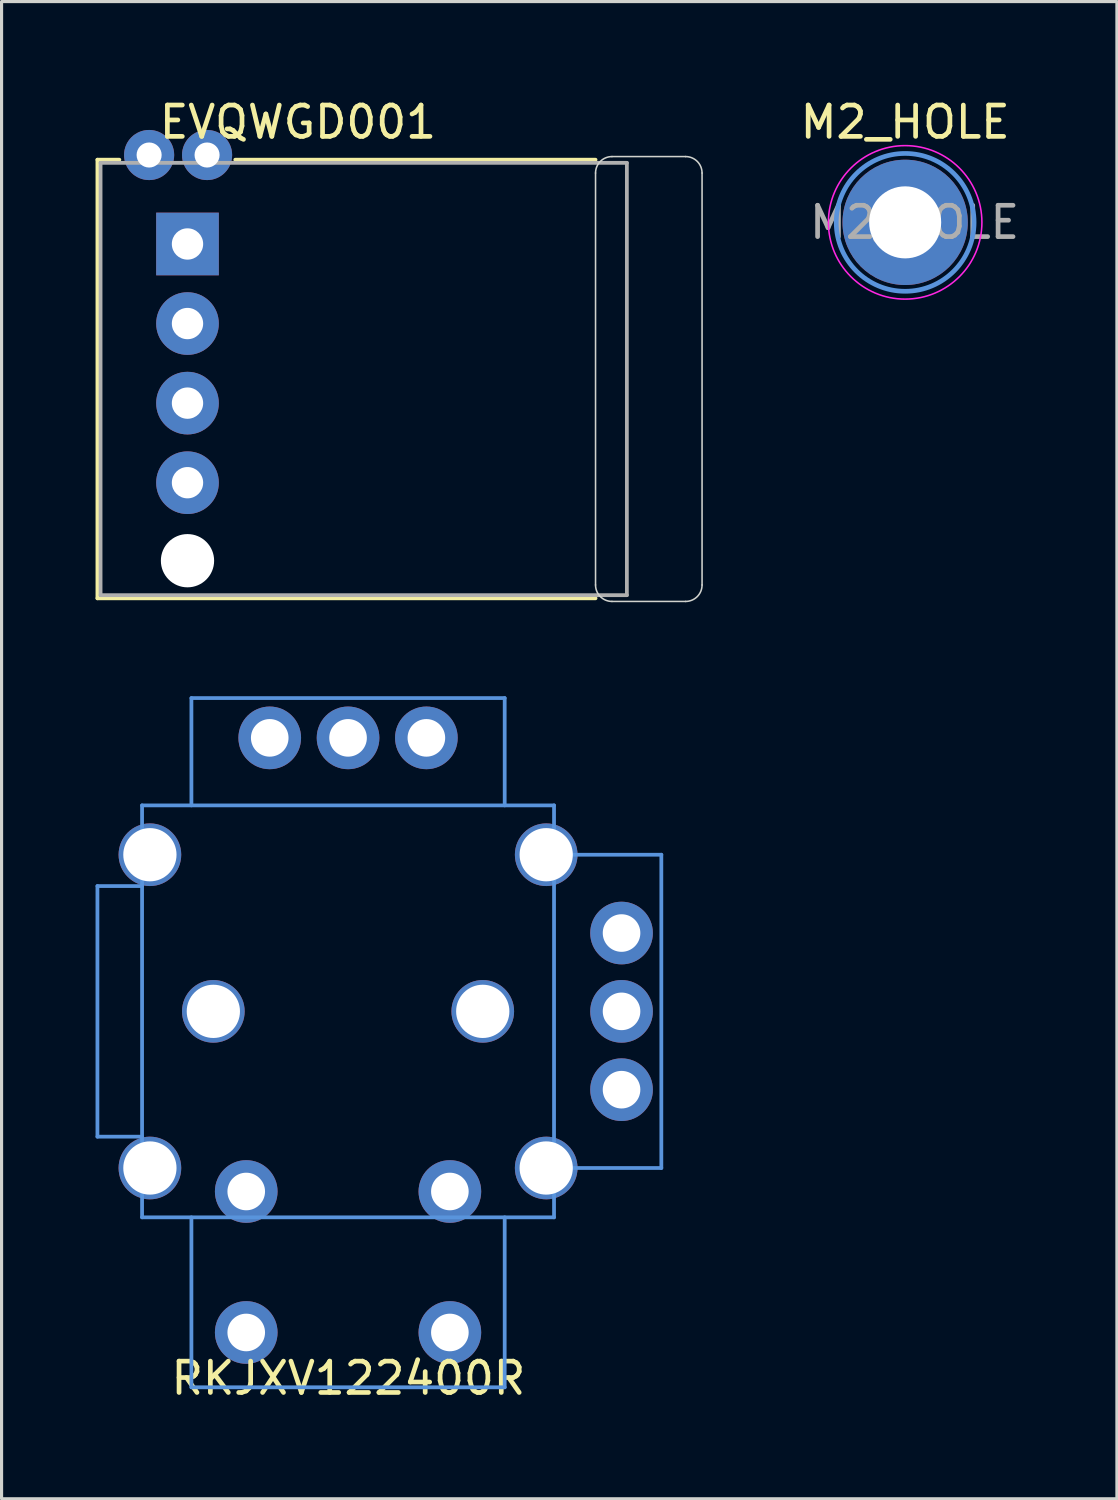
<source format=kicad_pcb>
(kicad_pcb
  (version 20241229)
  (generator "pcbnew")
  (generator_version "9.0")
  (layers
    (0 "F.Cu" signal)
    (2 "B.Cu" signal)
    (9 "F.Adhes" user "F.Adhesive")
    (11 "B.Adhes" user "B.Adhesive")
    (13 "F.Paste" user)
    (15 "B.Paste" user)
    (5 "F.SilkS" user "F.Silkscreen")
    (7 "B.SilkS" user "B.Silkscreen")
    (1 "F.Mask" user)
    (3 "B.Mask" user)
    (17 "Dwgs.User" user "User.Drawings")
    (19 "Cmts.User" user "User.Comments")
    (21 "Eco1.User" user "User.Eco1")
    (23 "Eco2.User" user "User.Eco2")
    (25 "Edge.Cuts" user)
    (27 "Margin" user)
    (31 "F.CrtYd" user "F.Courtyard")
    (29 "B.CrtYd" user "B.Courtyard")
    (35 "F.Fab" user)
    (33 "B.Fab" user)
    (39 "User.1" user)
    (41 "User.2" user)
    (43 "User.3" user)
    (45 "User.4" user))
  (footprint "EVQWGD001"
    (layer "F.Cu")
    (at 9.06 11.748)
    (property "Reference" "EVQWGD001" (at -2.6 -10.9 0) (layer "F.SilkS") (effects (font (size 1 1) (thickness 0.15))))
    (attr through_hole)
    (fp_line (start -9 -9.7) (end -8.3 -9.7) (stroke (width 0.12) (type solid)) (layer "F.SilkS"))
    (fp_line (start -9 4.3) (end -9 -9.7) (stroke (width 0.12) (type solid)) (layer "F.SilkS"))
    (fp_line (start -4.6 -9.7) (end 6.9 -9.7) (stroke (width 0.12) (type solid)) (layer "F.SilkS"))
    (fp_line (start 6.9 4.3) (end -9 4.3) (stroke (width 0.12) (type solid)) (layer "F.SilkS"))
    (fp_line (start 6.9 -9.275) (end 6.9 3.875) (stroke (width 0.05) (type solid)) (layer "Edge.Cuts"))
    (fp_line (start 7.425 4.4) (end 9.775 4.4) (stroke (width 0.05) (type solid)) (layer "Edge.Cuts"))
    (fp_line (start 9.775 -9.8) (end 7.425 -9.8) (stroke (width 0.05) (type solid)) (layer "Edge.Cuts"))
    (fp_line (start 10.3 3.875) (end 10.3 -9.275) (stroke (width 0.05) (type solid)) (layer "Edge.Cuts"))
    (fp_arc (start 6.9 -9.275) (mid 7.053769 -9.646231) (end 7.425 -9.8) (stroke (width 0.05) (type solid)) (layer "Edge.Cuts"))
    (fp_arc (start 7.425 4.4) (mid 7.053769 4.246231) (end 6.9 3.875) (stroke (width 0.05) (type solid)) (layer "Edge.Cuts"))
    (fp_arc (start 9.775 -9.8) (mid 10.146231 -9.646231) (end 10.3 -9.275) (stroke (width 0.05) (type solid)) (layer "Edge.Cuts"))
    (fp_arc (start 10.3 3.875) (mid 10.146231 4.246231) (end 9.775 4.4) (stroke (width 0.05) (type solid)) (layer "Edge.Cuts"))
    (fp_line (start -8.9 -9.6) (end 7.9 -9.6) (stroke (width 0.12) (type solid)) (layer "F.Fab"))
    (fp_line (start -8.9 4.2) (end -8.9 -9.6) (stroke (width 0.12) (type solid)) (layer "F.Fab"))
    (fp_line (start 7.9 -9.6) (end 7.9 4.2) (stroke (width 0.12) (type solid)) (layer "F.Fab"))
    (fp_line (start 7.9 4.2) (end -8.9 4.2) (stroke (width 0.12) (type solid)) (layer "F.Fab"))
    (pad "" np_thru_hole circle (at -6.125 3.1) (size 1.7 1.7) (drill 1.7) (layers "*.Cu" "*.Mask"))
    (pad "A" thru_hole rect (at -6.125 -7.01) (size 2 2) (drill 1) (layers "*.Cu" "*.Mask"))
    (pad "B" thru_hole circle (at -6.125 -4.47) (size 2 2) (drill 1) (layers "*.Cu" "*.Mask"))
    (pad "C" thru_hole circle (at -6.125 -1.93) (size 2 2) (drill 1) (layers "*.Cu" "*.Mask"))
    (pad "D" thru_hole circle (at -6.125 0.61) (size 2 2) (drill 1) (layers "*.Cu" "*.Mask"))
    (pad "SW1" thru_hole circle (at -7.35 -9.85) (size 1.6 1.6) (drill 0.8) (layers "*.Cu" "*.Mask"))
    (pad "SW2" thru_hole circle (at -5.5 -9.85) (size 1.6 1.6) (drill 0.8) (layers "*.Cu" "*.Mask")))
  (footprint "M2_HOLE"
    (layer "F.Cu")
    (at 25.843 4.048)
    (property "Reference" "M2_HOLE" (at 0 -3.2 0) (layer "F.SilkS") (effects (font (size 1 1) (thickness 0.15))))
    (attr exclude_from_pos_files exclude_from_bom)
    (fp_circle (center 0 0) (end 2.2 0) (stroke (width 0.15) (type solid)) (fill no) (layer "Cmts.User"))
    (fp_circle (center 0 0) (end 2.45 0) (stroke (width 0.05) (type solid)) (fill no) (layer "F.CrtYd"))
    (fp_text user "${REFERENCE}" (at 0.3 0 0) (layer "F.Fab") (effects (font (size 1 1) (thickness 0.15))))
    (pad "1" thru_hole circle (at 0 0) (size 4 4) (drill 2.3) (layers "*.Cu" "*.Mask")))
  (footprint "RKJXV122400R"
    (layer "F.Cu")
    (at 8.06 29.233)
    (property "Reference" "RKJXV122400R" (at 0.01 11.71 0) (layer "F.SilkS") (effects (font (size 1 1) (thickness 0.15))))
    (attr through_hole)
    (fp_line (start -8 -4) (end -8 4) (stroke (width 0.12) (type solid)) (layer "Cmts.User"))
    (fp_line (start -8 4) (end -6.575 4) (stroke (width 0.12) (type solid)) (layer "Cmts.User"))
    (fp_line (start -6.575 -6.575) (end 6.575 -6.575) (stroke (width 0.12) (type solid)) (layer "Cmts.User"))
    (fp_line (start -6.575 -4) (end -8 -4) (stroke (width 0.12) (type solid)) (layer "Cmts.User"))
    (fp_line (start -6.575 6.575) (end -6.575 -6.575) (stroke (width 0.12) (type solid)) (layer "Cmts.User"))
    (fp_line (start -5 -10) (end 5 -10) (stroke (width 0.12) (type solid)) (layer "Cmts.User"))
    (fp_line (start -5 -6.575) (end -5 -10) (stroke (width 0.12) (type solid)) (layer "Cmts.User"))
    (fp_line (start -5 6.575) (end -5 12) (stroke (width 0.12) (type solid)) (layer "Cmts.User"))
    (fp_line (start -5 12) (end 5 12) (stroke (width 0.12) (type solid)) (layer "Cmts.User"))
    (fp_line (start 5 -10) (end 5 -6.575) (stroke (width 0.12) (type solid)) (layer "Cmts.User"))
    (fp_line (start 5 12) (end 5 6.575) (stroke (width 0.12) (type solid)) (layer "Cmts.User"))
    (fp_line (start 6.575 -6.575) (end 6.575 6.575) (stroke (width 0.12) (type solid)) (layer "Cmts.User"))
    (fp_line (start 6.575 5) (end 10 5) (stroke (width 0.12) (type solid)) (layer "Cmts.User"))
    (fp_line (start 6.575 6.575) (end -6.575 6.575) (stroke (width 0.12) (type solid)) (layer "Cmts.User"))
    (fp_line (start 10 -5) (end 6.575 -5) (stroke (width 0.12) (type solid)) (layer "Cmts.User"))
    (fp_line (start 10 5) (end 10 -5) (stroke (width 0.12) (type solid)) (layer "Cmts.User"))
    (pad "" thru_hole circle (at -6.325 -5) (size 2 2) (drill 1.7) (layers "*.Cu" "*.Mask"))
    (pad "" thru_hole circle (at -6.325 5) (size 2 2) (drill 1.7) (layers "*.Cu" "*.Mask"))
    (pad "" thru_hole circle (at -4.3 0) (size 2 2) (drill 1.7) (layers "*.Cu" "*.Mask"))
    (pad "" thru_hole circle (at 4.3 0) (size 2 2) (drill 1.7) (layers "*.Cu" "*.Mask"))
    (pad "" thru_hole circle (at 6.325 -5) (size 2 2) (drill 1.7) (layers "*.Cu" "*.Mask"))
    (pad "" thru_hole circle (at 6.325 5) (size 2 2) (drill 1.7) (layers "*.Cu" "*.Mask"))
    (pad "1" thru_hole circle (at -2.5 -8.73) (size 2 2) (drill 1.2) (layers "*.Cu" "*.Mask"))
    (pad "2" thru_hole circle (at 0 -8.73) (size 2 2) (drill 1.2) (layers "*.Cu" "*.Mask"))
    (pad "3" thru_hole circle (at 2.5 -8.73) (size 2 2) (drill 1.2) (layers "*.Cu" "*.Mask"))
    (pad "4" thru_hole circle (at 8.73 2.5) (size 2 2) (drill 1.2) (layers "*.Cu" "*.Mask"))
    (pad "5" thru_hole circle (at 8.73 0) (size 2 2) (drill 1.2) (layers "*.Cu" "*.Mask"))
    (pad "6" thru_hole circle (at 8.73 -2.5) (size 2 2) (drill 1.2) (layers "*.Cu" "*.Mask"))
    (pad "A" thru_hole circle (at -3.25 5.75) (size 2 2) (drill 1.2) (layers "*.Cu" "*.Mask"))
    (pad "B" thru_hole circle (at -3.25 10.25) (size 2 2) (drill 1.2) (layers "*.Cu" "*.Mask"))
    (pad "C" thru_hole circle (at 3.25 10.25) (size 2 2) (drill 1.2) (layers "*.Cu" "*.Mask"))
    (pad "D" thru_hole circle (at 3.25 5.75) (size 2 2) (drill 1.2) (layers "*.Cu" "*.Mask")))
  (gr_rect
    (start -3 -3)
    (end 32.602 44.791)
    (stroke (width 0.1) (type default))
    (fill no)
    (layer "Edge.Cuts")))
</source>
